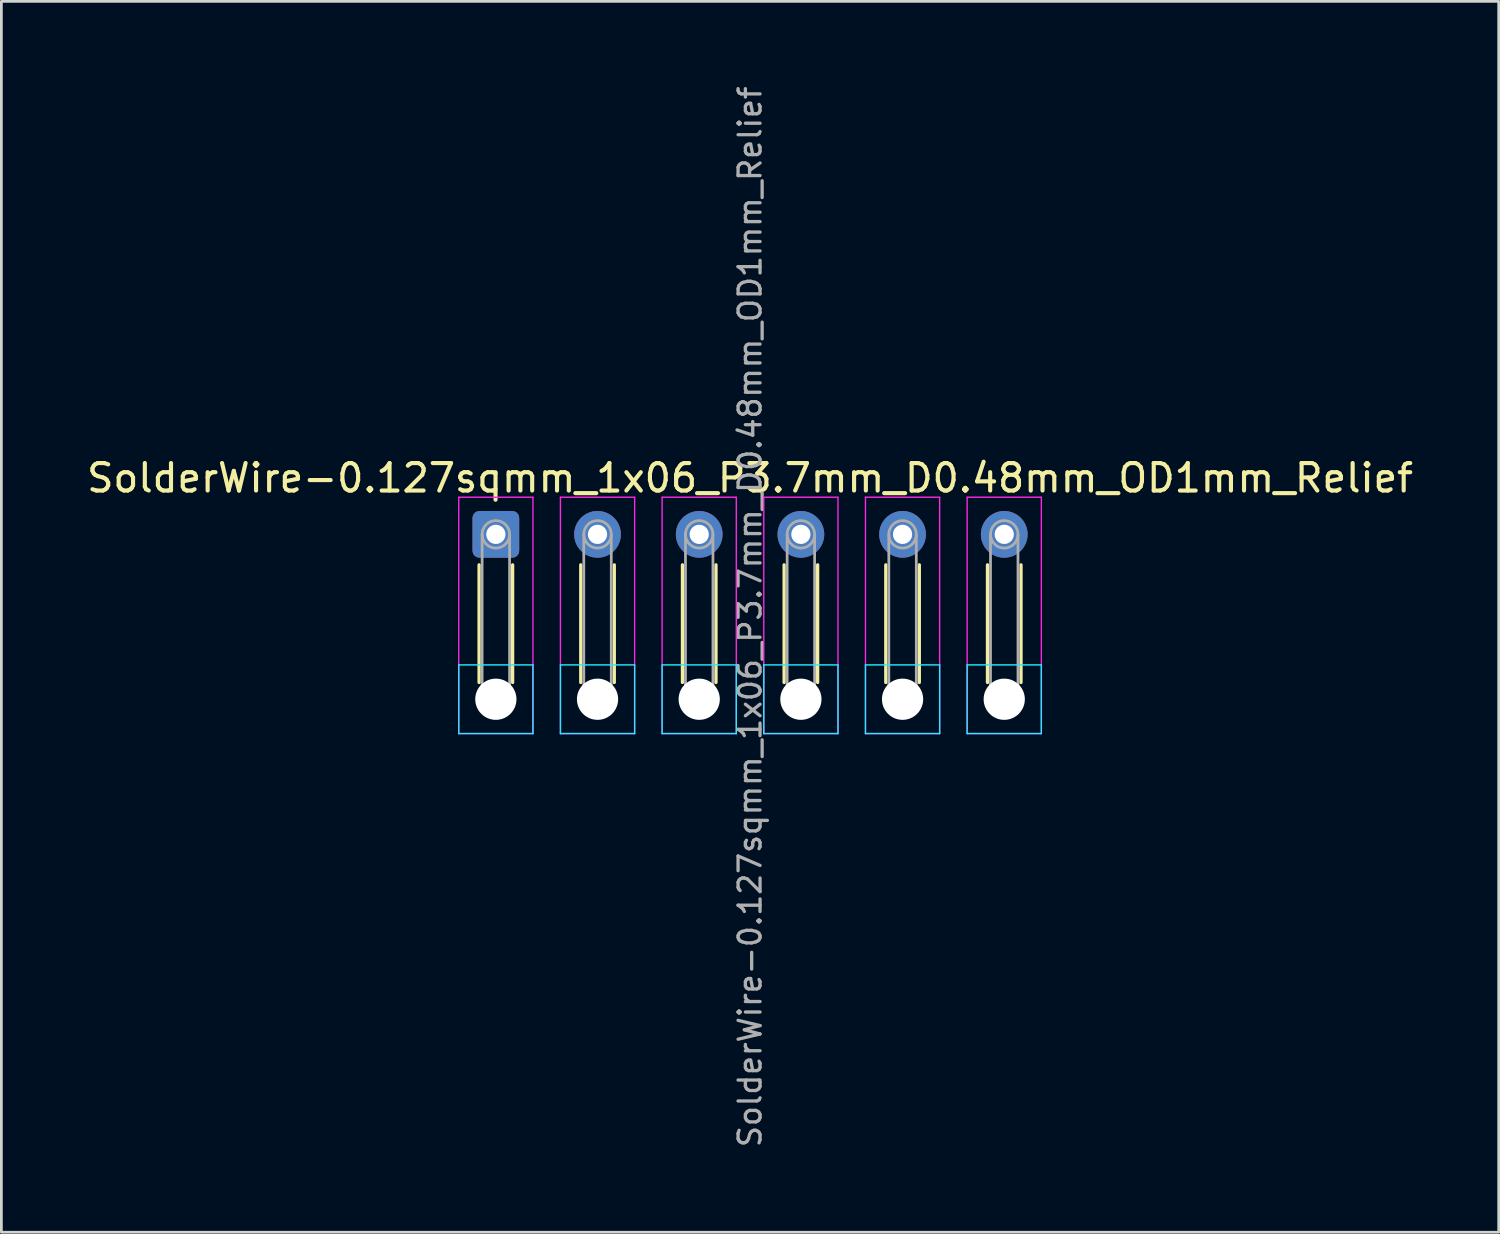
<source format=kicad_pcb>
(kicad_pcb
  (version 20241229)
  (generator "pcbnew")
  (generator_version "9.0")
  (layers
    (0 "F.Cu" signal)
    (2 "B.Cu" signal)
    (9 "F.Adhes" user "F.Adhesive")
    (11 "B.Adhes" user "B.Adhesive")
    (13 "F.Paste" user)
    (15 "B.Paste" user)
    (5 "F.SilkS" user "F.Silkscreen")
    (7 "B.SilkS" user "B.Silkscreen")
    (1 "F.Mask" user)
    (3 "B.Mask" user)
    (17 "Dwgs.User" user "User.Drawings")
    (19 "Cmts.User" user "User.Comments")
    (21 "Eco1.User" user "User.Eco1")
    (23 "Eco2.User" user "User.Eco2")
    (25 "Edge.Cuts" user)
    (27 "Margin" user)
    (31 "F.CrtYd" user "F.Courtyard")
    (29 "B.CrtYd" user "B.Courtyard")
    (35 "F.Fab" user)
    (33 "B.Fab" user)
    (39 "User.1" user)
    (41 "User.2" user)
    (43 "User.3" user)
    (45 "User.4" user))
  (footprint "SolderWire-0.127sqmm_1x06_P3.7mm_D0.48mm_OD1mm_Relief"
    (layer "F.Cu")
    (at 14.994 16.395)
    (property "Reference" "SolderWire-0.127sqmm_1x06_P3.7mm_D0.48mm_OD1mm_Relief" (at 9.25 -2.05 0) (layer "F.SilkS") (effects (font (size 1 1) (thickness 0.15))))
    (attr exclude_from_pos_files exclude_from_bom)
    (fp_line (start -0.61 1.11) (end -0.61 5.39) (stroke (width 0.12) (type solid)) (layer "F.SilkS"))
    (fp_line (start 0.61 1.11) (end 0.61 5.39) (stroke (width 0.12) (type solid)) (layer "F.SilkS"))
    (fp_line (start 3.09 1.11) (end 3.09 5.39) (stroke (width 0.12) (type solid)) (layer "F.SilkS"))
    (fp_line (start 4.31 1.11) (end 4.31 5.39) (stroke (width 0.12) (type solid)) (layer "F.SilkS"))
    (fp_line (start 6.79 1.11) (end 6.79 5.39) (stroke (width 0.12) (type solid)) (layer "F.SilkS"))
    (fp_line (start 8.01 1.11) (end 8.01 5.39) (stroke (width 0.12) (type solid)) (layer "F.SilkS"))
    (fp_line (start 10.49 1.11) (end 10.49 5.39) (stroke (width 0.12) (type solid)) (layer "F.SilkS"))
    (fp_line (start 11.71 1.11) (end 11.71 5.39) (stroke (width 0.12) (type solid)) (layer "F.SilkS"))
    (fp_line (start 14.19 1.11) (end 14.19 5.39) (stroke (width 0.12) (type solid)) (layer "F.SilkS"))
    (fp_line (start 15.41 1.11) (end 15.41 5.39) (stroke (width 0.12) (type solid)) (layer "F.SilkS"))
    (fp_line (start 17.89 1.11) (end 17.89 5.39) (stroke (width 0.12) (type solid)) (layer "F.SilkS"))
    (fp_line (start 19.11 1.11) (end 19.11 5.39) (stroke (width 0.12) (type solid)) (layer "F.SilkS"))
    (fp_line (start -1.35 4.75) (end -1.35 7.25) (stroke (width 0.05) (type solid)) (layer "B.CrtYd"))
    (fp_line (start -1.35 7.25) (end 1.35 7.25) (stroke (width 0.05) (type solid)) (layer "B.CrtYd"))
    (fp_line (start 1.35 4.75) (end -1.35 4.75) (stroke (width 0.05) (type solid)) (layer "B.CrtYd"))
    (fp_line (start 1.35 7.25) (end 1.35 4.75) (stroke (width 0.05) (type solid)) (layer "B.CrtYd"))
    (fp_line (start 2.35 4.75) (end 2.35 7.25) (stroke (width 0.05) (type solid)) (layer "B.CrtYd"))
    (fp_line (start 2.35 7.25) (end 5.05 7.25) (stroke (width 0.05) (type solid)) (layer "B.CrtYd"))
    (fp_line (start 5.05 4.75) (end 2.35 4.75) (stroke (width 0.05) (type solid)) (layer "B.CrtYd"))
    (fp_line (start 5.05 7.25) (end 5.05 4.75) (stroke (width 0.05) (type solid)) (layer "B.CrtYd"))
    (fp_line (start 6.05 4.75) (end 6.05 7.25) (stroke (width 0.05) (type solid)) (layer "B.CrtYd"))
    (fp_line (start 6.05 7.25) (end 8.75 7.25) (stroke (width 0.05) (type solid)) (layer "B.CrtYd"))
    (fp_line (start 8.75 4.75) (end 6.05 4.75) (stroke (width 0.05) (type solid)) (layer "B.CrtYd"))
    (fp_line (start 8.75 7.25) (end 8.75 4.75) (stroke (width 0.05) (type solid)) (layer "B.CrtYd"))
    (fp_line (start 9.75 4.75) (end 9.75 7.25) (stroke (width 0.05) (type solid)) (layer "B.CrtYd"))
    (fp_line (start 9.75 7.25) (end 12.45 7.25) (stroke (width 0.05) (type solid)) (layer "B.CrtYd"))
    (fp_line (start 12.45 4.75) (end 9.75 4.75) (stroke (width 0.05) (type solid)) (layer "B.CrtYd"))
    (fp_line (start 12.45 7.25) (end 12.45 4.75) (stroke (width 0.05) (type solid)) (layer "B.CrtYd"))
    (fp_line (start 13.45 4.75) (end 13.45 7.25) (stroke (width 0.05) (type solid)) (layer "B.CrtYd"))
    (fp_line (start 13.45 7.25) (end 16.15 7.25) (stroke (width 0.05) (type solid)) (layer "B.CrtYd"))
    (fp_line (start 16.15 4.75) (end 13.45 4.75) (stroke (width 0.05) (type solid)) (layer "B.CrtYd"))
    (fp_line (start 16.15 7.25) (end 16.15 4.75) (stroke (width 0.05) (type solid)) (layer "B.CrtYd"))
    (fp_line (start 17.15 4.75) (end 17.15 7.25) (stroke (width 0.05) (type solid)) (layer "B.CrtYd"))
    (fp_line (start 17.15 7.25) (end 19.85 7.25) (stroke (width 0.05) (type solid)) (layer "B.CrtYd"))
    (fp_line (start 19.85 4.75) (end 17.15 4.75) (stroke (width 0.05) (type solid)) (layer "B.CrtYd"))
    (fp_line (start 19.85 7.25) (end 19.85 4.75) (stroke (width 0.05) (type solid)) (layer "B.CrtYd"))
    (fp_line (start -1.35 -1.35) (end -1.35 7.25) (stroke (width 0.05) (type solid)) (layer "F.CrtYd"))
    (fp_line (start -1.35 7.25) (end 1.35 7.25) (stroke (width 0.05) (type solid)) (layer "F.CrtYd"))
    (fp_line (start 1.35 -1.35) (end -1.35 -1.35) (stroke (width 0.05) (type solid)) (layer "F.CrtYd"))
    (fp_line (start 1.35 7.25) (end 1.35 -1.35) (stroke (width 0.05) (type solid)) (layer "F.CrtYd"))
    (fp_line (start 2.35 -1.35) (end 2.35 7.25) (stroke (width 0.05) (type solid)) (layer "F.CrtYd"))
    (fp_line (start 2.35 7.25) (end 5.05 7.25) (stroke (width 0.05) (type solid)) (layer "F.CrtYd"))
    (fp_line (start 5.05 -1.35) (end 2.35 -1.35) (stroke (width 0.05) (type solid)) (layer "F.CrtYd"))
    (fp_line (start 5.05 7.25) (end 5.05 -1.35) (stroke (width 0.05) (type solid)) (layer "F.CrtYd"))
    (fp_line (start 6.05 -1.35) (end 6.05 7.25) (stroke (width 0.05) (type solid)) (layer "F.CrtYd"))
    (fp_line (start 6.05 7.25) (end 8.75 7.25) (stroke (width 0.05) (type solid)) (layer "F.CrtYd"))
    (fp_line (start 8.75 -1.35) (end 6.05 -1.35) (stroke (width 0.05) (type solid)) (layer "F.CrtYd"))
    (fp_line (start 8.75 7.25) (end 8.75 -1.35) (stroke (width 0.05) (type solid)) (layer "F.CrtYd"))
    (fp_line (start 9.75 -1.35) (end 9.75 7.25) (stroke (width 0.05) (type solid)) (layer "F.CrtYd"))
    (fp_line (start 9.75 7.25) (end 12.45 7.25) (stroke (width 0.05) (type solid)) (layer "F.CrtYd"))
    (fp_line (start 12.45 -1.35) (end 9.75 -1.35) (stroke (width 0.05) (type solid)) (layer "F.CrtYd"))
    (fp_line (start 12.45 7.25) (end 12.45 -1.35) (stroke (width 0.05) (type solid)) (layer "F.CrtYd"))
    (fp_line (start 13.45 -1.35) (end 13.45 7.25) (stroke (width 0.05) (type solid)) (layer "F.CrtYd"))
    (fp_line (start 13.45 7.25) (end 16.15 7.25) (stroke (width 0.05) (type solid)) (layer "F.CrtYd"))
    (fp_line (start 16.15 -1.35) (end 13.45 -1.35) (stroke (width 0.05) (type solid)) (layer "F.CrtYd"))
    (fp_line (start 16.15 7.25) (end 16.15 -1.35) (stroke (width 0.05) (type solid)) (layer "F.CrtYd"))
    (fp_line (start 17.15 -1.35) (end 17.15 7.25) (stroke (width 0.05) (type solid)) (layer "F.CrtYd"))
    (fp_line (start 17.15 7.25) (end 19.85 7.25) (stroke (width 0.05) (type solid)) (layer "F.CrtYd"))
    (fp_line (start 19.85 -1.35) (end 17.15 -1.35) (stroke (width 0.05) (type solid)) (layer "F.CrtYd"))
    (fp_line (start 19.85 7.25) (end 19.85 -1.35) (stroke (width 0.05) (type solid)) (layer "F.CrtYd"))
    (fp_line (start -0.5 0) (end -0.5 6) (stroke (width 0.1) (type solid)) (layer "F.Fab"))
    (fp_line (start 0.5 0) (end 0.5 6) (stroke (width 0.1) (type solid)) (layer "F.Fab"))
    (fp_line (start 3.2 0) (end 3.2 6) (stroke (width 0.1) (type solid)) (layer "F.Fab"))
    (fp_line (start 4.2 0) (end 4.2 6) (stroke (width 0.1) (type solid)) (layer "F.Fab"))
    (fp_line (start 6.9 0) (end 6.9 6) (stroke (width 0.1) (type solid)) (layer "F.Fab"))
    (fp_line (start 7.9 0) (end 7.9 6) (stroke (width 0.1) (type solid)) (layer "F.Fab"))
    (fp_line (start 10.6 0) (end 10.6 6) (stroke (width 0.1) (type solid)) (layer "F.Fab"))
    (fp_line (start 11.6 0) (end 11.6 6) (stroke (width 0.1) (type solid)) (layer "F.Fab"))
    (fp_line (start 14.3 0) (end 14.3 6) (stroke (width 0.1) (type solid)) (layer "F.Fab"))
    (fp_line (start 15.3 0) (end 15.3 6) (stroke (width 0.1) (type solid)) (layer "F.Fab"))
    (fp_line (start 18 0) (end 18 6) (stroke (width 0.1) (type solid)) (layer "F.Fab"))
    (fp_line (start 19 0) (end 19 6) (stroke (width 0.1) (type solid)) (layer "F.Fab"))
    (fp_circle (center 0 0) (end 0.5 0) (stroke (width 0.1) (type solid)) (fill no) (layer "F.Fab"))
    (fp_circle (center 0 6) (end 0.5 6) (stroke (width 0.1) (type solid)) (fill no) (layer "F.Fab"))
    (fp_circle (center 3.7 0) (end 4.2 0) (stroke (width 0.1) (type solid)) (fill no) (layer "F.Fab"))
    (fp_circle (center 3.7 6) (end 4.2 6) (stroke (width 0.1) (type solid)) (fill no) (layer "F.Fab"))
    (fp_circle (center 7.4 0) (end 7.9 0) (stroke (width 0.1) (type solid)) (fill no) (layer "F.Fab"))
    (fp_circle (center 7.4 6) (end 7.9 6) (stroke (width 0.1) (type solid)) (fill no) (layer "F.Fab"))
    (fp_circle (center 11.1 0) (end 11.6 0) (stroke (width 0.1) (type solid)) (fill no) (layer "F.Fab"))
    (fp_circle (center 11.1 6) (end 11.6 6) (stroke (width 0.1) (type solid)) (fill no) (layer "F.Fab"))
    (fp_circle (center 14.8 0) (end 15.3 0) (stroke (width 0.1) (type solid)) (fill no) (layer "F.Fab"))
    (fp_circle (center 14.8 6) (end 15.3 6) (stroke (width 0.1) (type solid)) (fill no) (layer "F.Fab"))
    (fp_circle (center 18.5 0) (end 19 0) (stroke (width 0.1) (type solid)) (fill no) (layer "F.Fab"))
    (fp_circle (center 18.5 6) (end 19 6) (stroke (width 0.1) (type solid)) (fill no) (layer "F.Fab"))
    (fp_text user "${REFERENCE}" (at 9.25 3 90) (layer "F.Fab") (effects (font (size 0.8 0.8) (thickness 0.12))))
    (pad "" np_thru_hole circle (at 0 6) (size 1.5 1.5) (drill 1.5) (layers "*.Cu" "*.Mask"))
    (pad "" np_thru_hole circle (at 3.7 6) (size 1.5 1.5) (drill 1.5) (layers "*.Cu" "*.Mask"))
    (pad "" np_thru_hole circle (at 7.4 6) (size 1.5 1.5) (drill 1.5) (layers "*.Cu" "*.Mask"))
    (pad "" np_thru_hole circle (at 11.1 6) (size 1.5 1.5) (drill 1.5) (layers "*.Cu" "*.Mask"))
    (pad "" np_thru_hole circle (at 14.8 6) (size 1.5 1.5) (drill 1.5) (layers "*.Cu" "*.Mask"))
    (pad "" np_thru_hole circle (at 18.5 6) (size 1.5 1.5) (drill 1.5) (layers "*.Cu" "*.Mask"))
    (pad "1" thru_hole roundrect (at 0 0) (size 1.7 1.7) (drill 0.7) (layers "*.Cu" "*.Mask") (roundrect_rratio 0.147))
    (pad "2" thru_hole circle (at 3.7 0) (size 1.7 1.7) (drill 0.7) (layers "*.Cu" "*.Mask"))
    (pad "3" thru_hole circle (at 7.4 0) (size 1.7 1.7) (drill 0.7) (layers "*.Cu" "*.Mask"))
    (pad "4" thru_hole circle (at 11.1 0) (size 1.7 1.7) (drill 0.7) (layers "*.Cu" "*.Mask"))
    (pad "5" thru_hole circle (at 14.8 0) (size 1.7 1.7) (drill 0.7) (layers "*.Cu" "*.Mask"))
    (pad "6" thru_hole circle (at 18.5 0) (size 1.7 1.7) (drill 0.7) (layers "*.Cu" "*.Mask")))
  (gr_rect
    (start -3 -3)
    (end 51.488 41.79)
    (stroke (width 0.1) (type default))
    (fill no)
    (layer "Edge.Cuts")))
</source>
